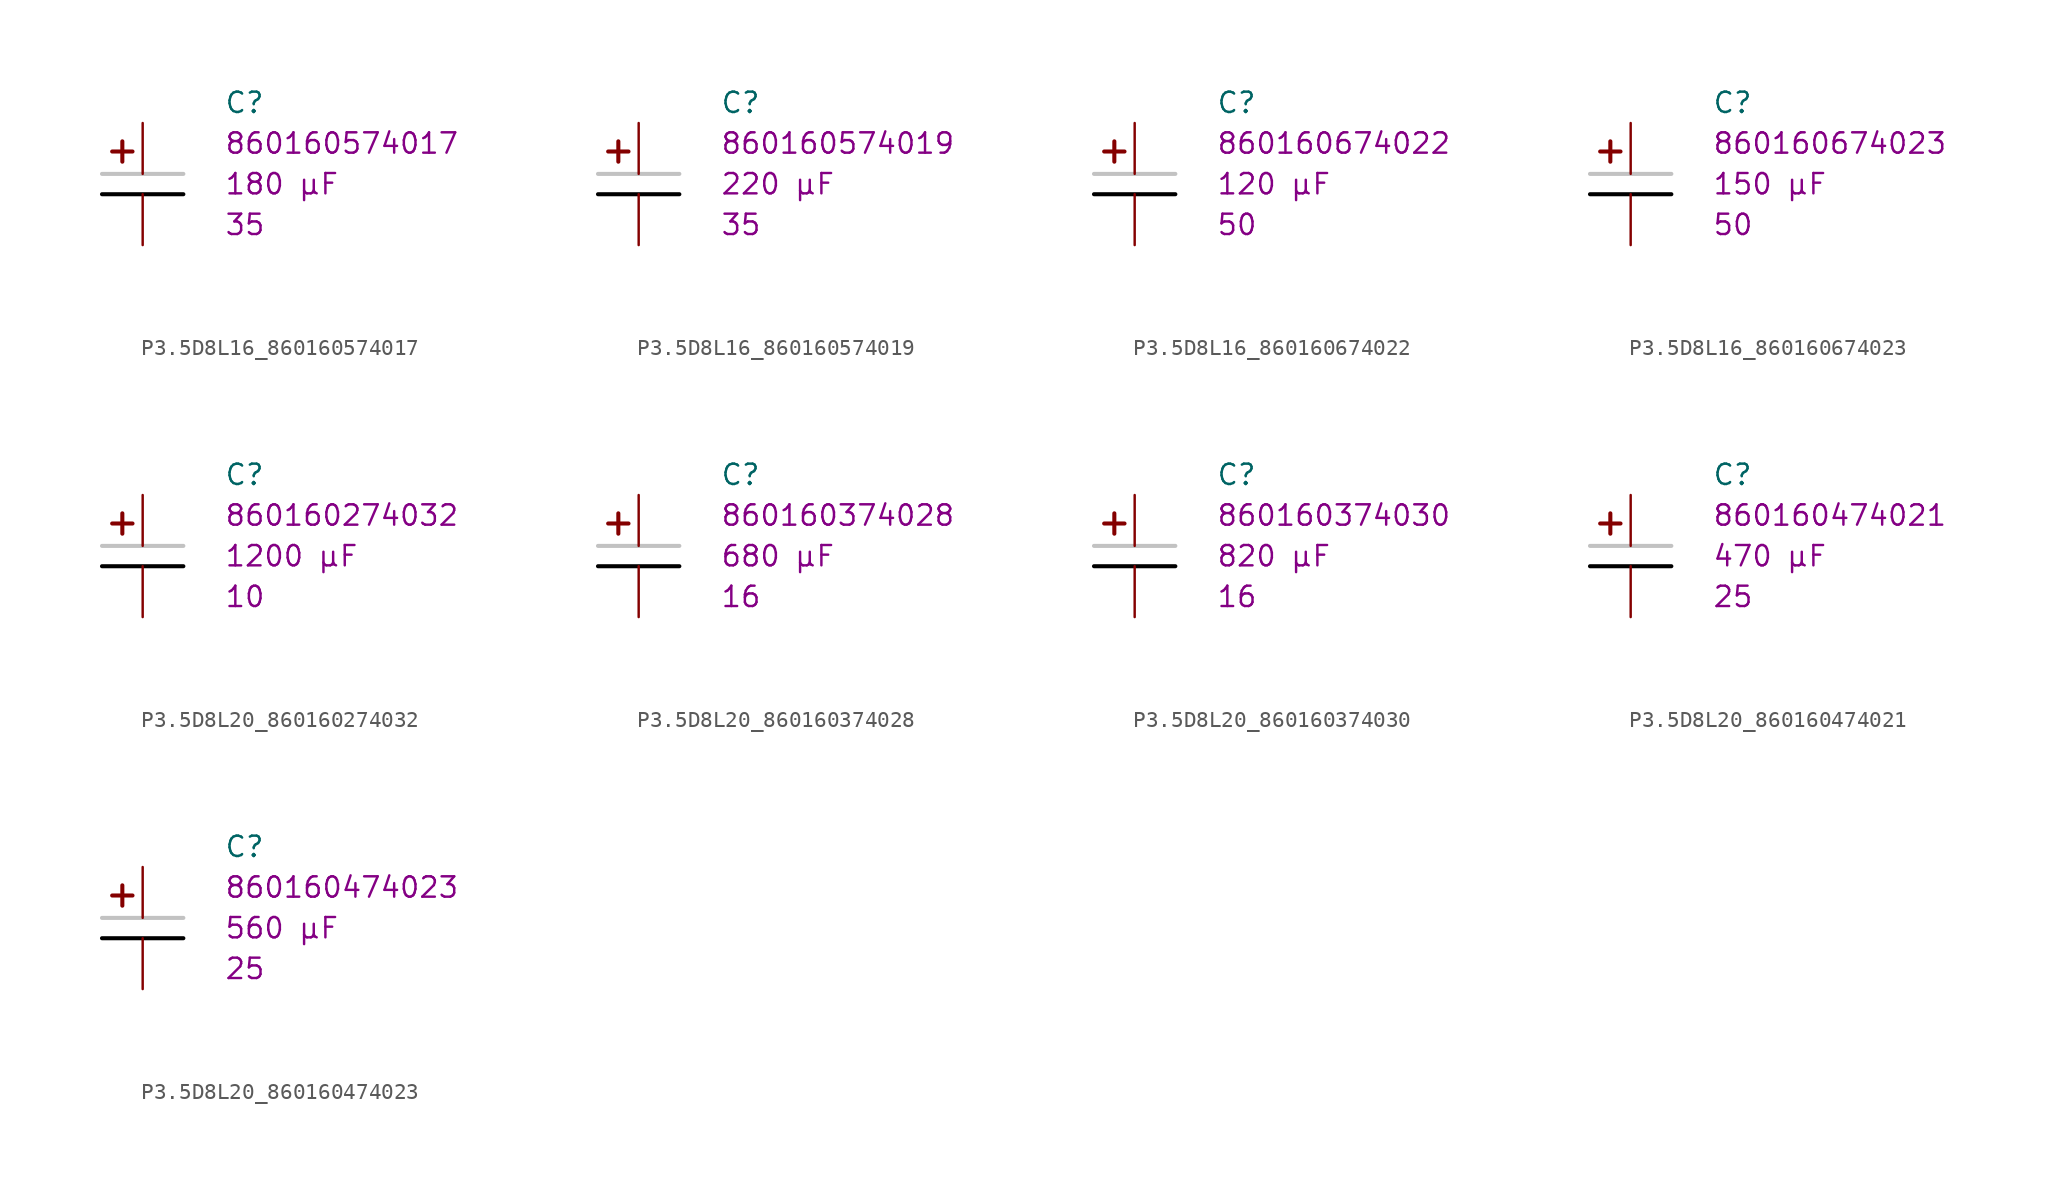
<source format=kicad_sym>
(kicad_symbol_lib
  (version 20220914)
  (generator kicad_symbol_editor)
  (symbol "P3.5D8L16_860160574017"
    (pin_numbers hide)
    (pin_names hide)
    (property "Reference" "C"
      (at 5.08 5.08 0)
      (effects (font (size 1.27 1.27)) (justify left)))
    (property "Part Number" "860160574017"
      (at 5.08 2.54 0)
      (effects (font (size 1.27 1.27)) (justify left)))
    (property "Capacitance" "180 µF"
      (at 5.08 0 0)
      (effects (font (size 1.27 1.27)) (justify left)))
    (property "Voltage" "35"
      (at 5.08 -2.54 0)
      (effects (font (size 1.27 1.27)) (justify left)))
    (property "Critical Parameter" ""
      (at 0 -7.62 0)
      (effects (font (size 1.27 1.27))))
    (symbol "P3.5D8L16_860160574017_1_1"
      (polyline (pts (xy -1.27 2.667) (xy -1.27 1.397)) (stroke (width 0.254) (type default)) (fill (type none)))
      (polyline (pts (xy -0.635 2.032) (xy -1.905 2.032)) (stroke (width 0.254) (type default)) (fill (type none)))
      (polyline (pts (xy 2.54 -0.635) (xy -2.54 -0.635)) (stroke (width 0.254) (type default) (color 0 0 0 1)) (fill (type none)))
      (polyline (pts (xy 2.54 0.635) (xy -2.54 0.635)) (stroke (width 0.254) (type default) (color 194 194 194 1)) (fill (type none)))
      (pin passive line (at 0 3.81 270) (length 3.175) (name "1" (effects (font (size 1.27 1.27)))) (number "1" (effects (font (size 1.27 1.27)))))
      (pin passive line (at 0 -3.81 90) (length 3.175) (name "2" (effects (font (size 1.27 1.27)))) (number "2" (effects (font (size 1.27 1.27)))))))
  (symbol "P3.5D8L16_860160574019"
    (pin_numbers hide)
    (pin_names hide)
    (property "Reference" "C"
      (at 5.08 5.08 0)
      (effects (font (size 1.27 1.27)) (justify left)))
    (property "Part Number" "860160574019"
      (at 5.08 2.54 0)
      (effects (font (size 1.27 1.27)) (justify left)))
    (property "Capacitance" "220 µF"
      (at 5.08 0 0)
      (effects (font (size 1.27 1.27)) (justify left)))
    (property "Voltage" "35"
      (at 5.08 -2.54 0)
      (effects (font (size 1.27 1.27)) (justify left)))
    (property "Critical Parameter" ""
      (at 0 -7.62 0)
      (effects (font (size 1.27 1.27))))
    (symbol "P3.5D8L16_860160574019_1_1"
      (polyline (pts (xy -1.27 2.667) (xy -1.27 1.397)) (stroke (width 0.254) (type default)) (fill (type none)))
      (polyline (pts (xy -0.635 2.032) (xy -1.905 2.032)) (stroke (width 0.254) (type default)) (fill (type none)))
      (polyline (pts (xy 2.54 -0.635) (xy -2.54 -0.635)) (stroke (width 0.254) (type default) (color 0 0 0 1)) (fill (type none)))
      (polyline (pts (xy 2.54 0.635) (xy -2.54 0.635)) (stroke (width 0.254) (type default) (color 194 194 194 1)) (fill (type none)))
      (pin passive line (at 0 3.81 270) (length 3.175) (name "1" (effects (font (size 1.27 1.27)))) (number "1" (effects (font (size 1.27 1.27)))))
      (pin passive line (at 0 -3.81 90) (length 3.175) (name "2" (effects (font (size 1.27 1.27)))) (number "2" (effects (font (size 1.27 1.27)))))))
  (symbol "P3.5D8L16_860160674022"
    (pin_numbers hide)
    (pin_names hide)
    (property "Reference" "C"
      (at 5.08 5.08 0)
      (effects (font (size 1.27 1.27)) (justify left)))
    (property "Part Number" "860160674022"
      (at 5.08 2.54 0)
      (effects (font (size 1.27 1.27)) (justify left)))
    (property "Capacitance" "120 µF"
      (at 5.08 0 0)
      (effects (font (size 1.27 1.27)) (justify left)))
    (property "Voltage" "50"
      (at 5.08 -2.54 0)
      (effects (font (size 1.27 1.27)) (justify left)))
    (property "Critical Parameter" ""
      (at 0 -7.62 0)
      (effects (font (size 1.27 1.27))))
    (symbol "P3.5D8L16_860160674022_1_1"
      (polyline (pts (xy -1.27 2.667) (xy -1.27 1.397)) (stroke (width 0.254) (type default)) (fill (type none)))
      (polyline (pts (xy -0.635 2.032) (xy -1.905 2.032)) (stroke (width 0.254) (type default)) (fill (type none)))
      (polyline (pts (xy 2.54 -0.635) (xy -2.54 -0.635)) (stroke (width 0.254) (type default) (color 0 0 0 1)) (fill (type none)))
      (polyline (pts (xy 2.54 0.635) (xy -2.54 0.635)) (stroke (width 0.254) (type default) (color 194 194 194 1)) (fill (type none)))
      (pin passive line (at 0 3.81 270) (length 3.175) (name "1" (effects (font (size 1.27 1.27)))) (number "1" (effects (font (size 1.27 1.27)))))
      (pin passive line (at 0 -3.81 90) (length 3.175) (name "2" (effects (font (size 1.27 1.27)))) (number "2" (effects (font (size 1.27 1.27)))))))
  (symbol "P3.5D8L16_860160674023"
    (pin_numbers hide)
    (pin_names hide)
    (property "Reference" "C"
      (at 5.08 5.08 0)
      (effects (font (size 1.27 1.27)) (justify left)))
    (property "Part Number" "860160674023"
      (at 5.08 2.54 0)
      (effects (font (size 1.27 1.27)) (justify left)))
    (property "Capacitance" "150 µF"
      (at 5.08 0 0)
      (effects (font (size 1.27 1.27)) (justify left)))
    (property "Voltage" "50"
      (at 5.08 -2.54 0)
      (effects (font (size 1.27 1.27)) (justify left)))
    (property "Critical Parameter" ""
      (at 0 -7.62 0)
      (effects (font (size 1.27 1.27))))
    (symbol "P3.5D8L16_860160674023_1_1"
      (polyline (pts (xy -1.27 2.667) (xy -1.27 1.397)) (stroke (width 0.254) (type default)) (fill (type none)))
      (polyline (pts (xy -0.635 2.032) (xy -1.905 2.032)) (stroke (width 0.254) (type default)) (fill (type none)))
      (polyline (pts (xy 2.54 -0.635) (xy -2.54 -0.635)) (stroke (width 0.254) (type default) (color 0 0 0 1)) (fill (type none)))
      (polyline (pts (xy 2.54 0.635) (xy -2.54 0.635)) (stroke (width 0.254) (type default) (color 194 194 194 1)) (fill (type none)))
      (pin passive line (at 0 3.81 270) (length 3.175) (name "1" (effects (font (size 1.27 1.27)))) (number "1" (effects (font (size 1.27 1.27)))))
      (pin passive line (at 0 -3.81 90) (length 3.175) (name "2" (effects (font (size 1.27 1.27)))) (number "2" (effects (font (size 1.27 1.27)))))))
  (symbol "P3.5D8L20_860160274032"
    (pin_numbers hide)
    (pin_names hide)
    (property "Reference" "C"
      (at 5.08 5.08 0)
      (effects (font (size 1.27 1.27)) (justify left)))
    (property "Part Number" "860160274032"
      (at 5.08 2.54 0)
      (effects (font (size 1.27 1.27)) (justify left)))
    (property "Capacitance" "1200 µF"
      (at 5.08 0 0)
      (effects (font (size 1.27 1.27)) (justify left)))
    (property "Voltage" "10"
      (at 5.08 -2.54 0)
      (effects (font (size 1.27 1.27)) (justify left)))
    (property "Critical Parameter" ""
      (at 0 -7.62 0)
      (effects (font (size 1.27 1.27))))
    (symbol "P3.5D8L20_860160274032_1_1"
      (polyline (pts (xy -1.27 2.667) (xy -1.27 1.397)) (stroke (width 0.254) (type default)) (fill (type none)))
      (polyline (pts (xy -0.635 2.032) (xy -1.905 2.032)) (stroke (width 0.254) (type default)) (fill (type none)))
      (polyline (pts (xy 2.54 -0.635) (xy -2.54 -0.635)) (stroke (width 0.254) (type default) (color 0 0 0 1)) (fill (type none)))
      (polyline (pts (xy 2.54 0.635) (xy -2.54 0.635)) (stroke (width 0.254) (type default) (color 194 194 194 1)) (fill (type none)))
      (pin passive line (at 0 3.81 270) (length 3.175) (name "1" (effects (font (size 1.27 1.27)))) (number "1" (effects (font (size 1.27 1.27)))))
      (pin passive line (at 0 -3.81 90) (length 3.175) (name "2" (effects (font (size 1.27 1.27)))) (number "2" (effects (font (size 1.27 1.27)))))))
  (symbol "P3.5D8L20_860160374028"
    (pin_numbers hide)
    (pin_names hide)
    (property "Reference" "C"
      (at 5.08 5.08 0)
      (effects (font (size 1.27 1.27)) (justify left)))
    (property "Part Number" "860160374028"
      (at 5.08 2.54 0)
      (effects (font (size 1.27 1.27)) (justify left)))
    (property "Capacitance" "680 µF"
      (at 5.08 0 0)
      (effects (font (size 1.27 1.27)) (justify left)))
    (property "Voltage" "16"
      (at 5.08 -2.54 0)
      (effects (font (size 1.27 1.27)) (justify left)))
    (property "Critical Parameter" ""
      (at 0 -7.62 0)
      (effects (font (size 1.27 1.27))))
    (symbol "P3.5D8L20_860160374028_1_1"
      (polyline (pts (xy -1.27 2.667) (xy -1.27 1.397)) (stroke (width 0.254) (type default)) (fill (type none)))
      (polyline (pts (xy -0.635 2.032) (xy -1.905 2.032)) (stroke (width 0.254) (type default)) (fill (type none)))
      (polyline (pts (xy 2.54 -0.635) (xy -2.54 -0.635)) (stroke (width 0.254) (type default) (color 0 0 0 1)) (fill (type none)))
      (polyline (pts (xy 2.54 0.635) (xy -2.54 0.635)) (stroke (width 0.254) (type default) (color 194 194 194 1)) (fill (type none)))
      (pin passive line (at 0 3.81 270) (length 3.175) (name "1" (effects (font (size 1.27 1.27)))) (number "1" (effects (font (size 1.27 1.27)))))
      (pin passive line (at 0 -3.81 90) (length 3.175) (name "2" (effects (font (size 1.27 1.27)))) (number "2" (effects (font (size 1.27 1.27)))))))
  (symbol "P3.5D8L20_860160374030"
    (pin_numbers hide)
    (pin_names hide)
    (property "Reference" "C"
      (at 5.08 5.08 0)
      (effects (font (size 1.27 1.27)) (justify left)))
    (property "Part Number" "860160374030"
      (at 5.08 2.54 0)
      (effects (font (size 1.27 1.27)) (justify left)))
    (property "Capacitance" "820 µF"
      (at 5.08 0 0)
      (effects (font (size 1.27 1.27)) (justify left)))
    (property "Voltage" "16"
      (at 5.08 -2.54 0)
      (effects (font (size 1.27 1.27)) (justify left)))
    (property "Critical Parameter" ""
      (at 0 -7.62 0)
      (effects (font (size 1.27 1.27))))
    (symbol "P3.5D8L20_860160374030_1_1"
      (polyline (pts (xy -1.27 2.667) (xy -1.27 1.397)) (stroke (width 0.254) (type default)) (fill (type none)))
      (polyline (pts (xy -0.635 2.032) (xy -1.905 2.032)) (stroke (width 0.254) (type default)) (fill (type none)))
      (polyline (pts (xy 2.54 -0.635) (xy -2.54 -0.635)) (stroke (width 0.254) (type default) (color 0 0 0 1)) (fill (type none)))
      (polyline (pts (xy 2.54 0.635) (xy -2.54 0.635)) (stroke (width 0.254) (type default) (color 194 194 194 1)) (fill (type none)))
      (pin passive line (at 0 3.81 270) (length 3.175) (name "1" (effects (font (size 1.27 1.27)))) (number "1" (effects (font (size 1.27 1.27)))))
      (pin passive line (at 0 -3.81 90) (length 3.175) (name "2" (effects (font (size 1.27 1.27)))) (number "2" (effects (font (size 1.27 1.27)))))))
  (symbol "P3.5D8L20_860160474021"
    (pin_numbers hide)
    (pin_names hide)
    (property "Reference" "C"
      (at 5.08 5.08 0)
      (effects (font (size 1.27 1.27)) (justify left)))
    (property "Part Number" "860160474021"
      (at 5.08 2.54 0)
      (effects (font (size 1.27 1.27)) (justify left)))
    (property "Capacitance" "470 µF"
      (at 5.08 0 0)
      (effects (font (size 1.27 1.27)) (justify left)))
    (property "Voltage" "25"
      (at 5.08 -2.54 0)
      (effects (font (size 1.27 1.27)) (justify left)))
    (property "Critical Parameter" ""
      (at 0 -7.62 0)
      (effects (font (size 1.27 1.27))))
    (symbol "P3.5D8L20_860160474021_1_1"
      (polyline (pts (xy -1.27 2.667) (xy -1.27 1.397)) (stroke (width 0.254) (type default)) (fill (type none)))
      (polyline (pts (xy -0.635 2.032) (xy -1.905 2.032)) (stroke (width 0.254) (type default)) (fill (type none)))
      (polyline (pts (xy 2.54 -0.635) (xy -2.54 -0.635)) (stroke (width 0.254) (type default) (color 0 0 0 1)) (fill (type none)))
      (polyline (pts (xy 2.54 0.635) (xy -2.54 0.635)) (stroke (width 0.254) (type default) (color 194 194 194 1)) (fill (type none)))
      (pin passive line (at 0 3.81 270) (length 3.175) (name "1" (effects (font (size 1.27 1.27)))) (number "1" (effects (font (size 1.27 1.27)))))
      (pin passive line (at 0 -3.81 90) (length 3.175) (name "2" (effects (font (size 1.27 1.27)))) (number "2" (effects (font (size 1.27 1.27)))))))
  (symbol "P3.5D8L20_860160474023"
    (pin_numbers hide)
    (pin_names hide)
    (property "Reference" "C"
      (at 5.08 5.08 0)
      (effects (font (size 1.27 1.27)) (justify left)))
    (property "Part Number" "860160474023"
      (at 5.08 2.54 0)
      (effects (font (size 1.27 1.27)) (justify left)))
    (property "Capacitance" "560 µF"
      (at 5.08 0 0)
      (effects (font (size 1.27 1.27)) (justify left)))
    (property "Voltage" "25"
      (at 5.08 -2.54 0)
      (effects (font (size 1.27 1.27)) (justify left)))
    (property "Critical Parameter" ""
      (at 0 -7.62 0)
      (effects (font (size 1.27 1.27))))
    (symbol "P3.5D8L20_860160474023_1_1"
      (polyline (pts (xy -1.27 2.667) (xy -1.27 1.397)) (stroke (width 0.254) (type default)) (fill (type none)))
      (polyline (pts (xy -0.635 2.032) (xy -1.905 2.032)) (stroke (width 0.254) (type default)) (fill (type none)))
      (polyline (pts (xy 2.54 -0.635) (xy -2.54 -0.635)) (stroke (width 0.254) (type default) (color 0 0 0 1)) (fill (type none)))
      (polyline (pts (xy 2.54 0.635) (xy -2.54 0.635)) (stroke (width 0.254) (type default) (color 194 194 194 1)) (fill (type none)))
      (pin passive line (at 0 3.81 270) (length 3.175) (name "1" (effects (font (size 1.27 1.27)))) (number "1" (effects (font (size 1.27 1.27)))))
      (pin passive line (at 0 -3.81 90) (length 3.175) (name "2" (effects (font (size 1.27 1.27)))) (number "2" (effects (font (size 1.27 1.27))))))))
</source>
